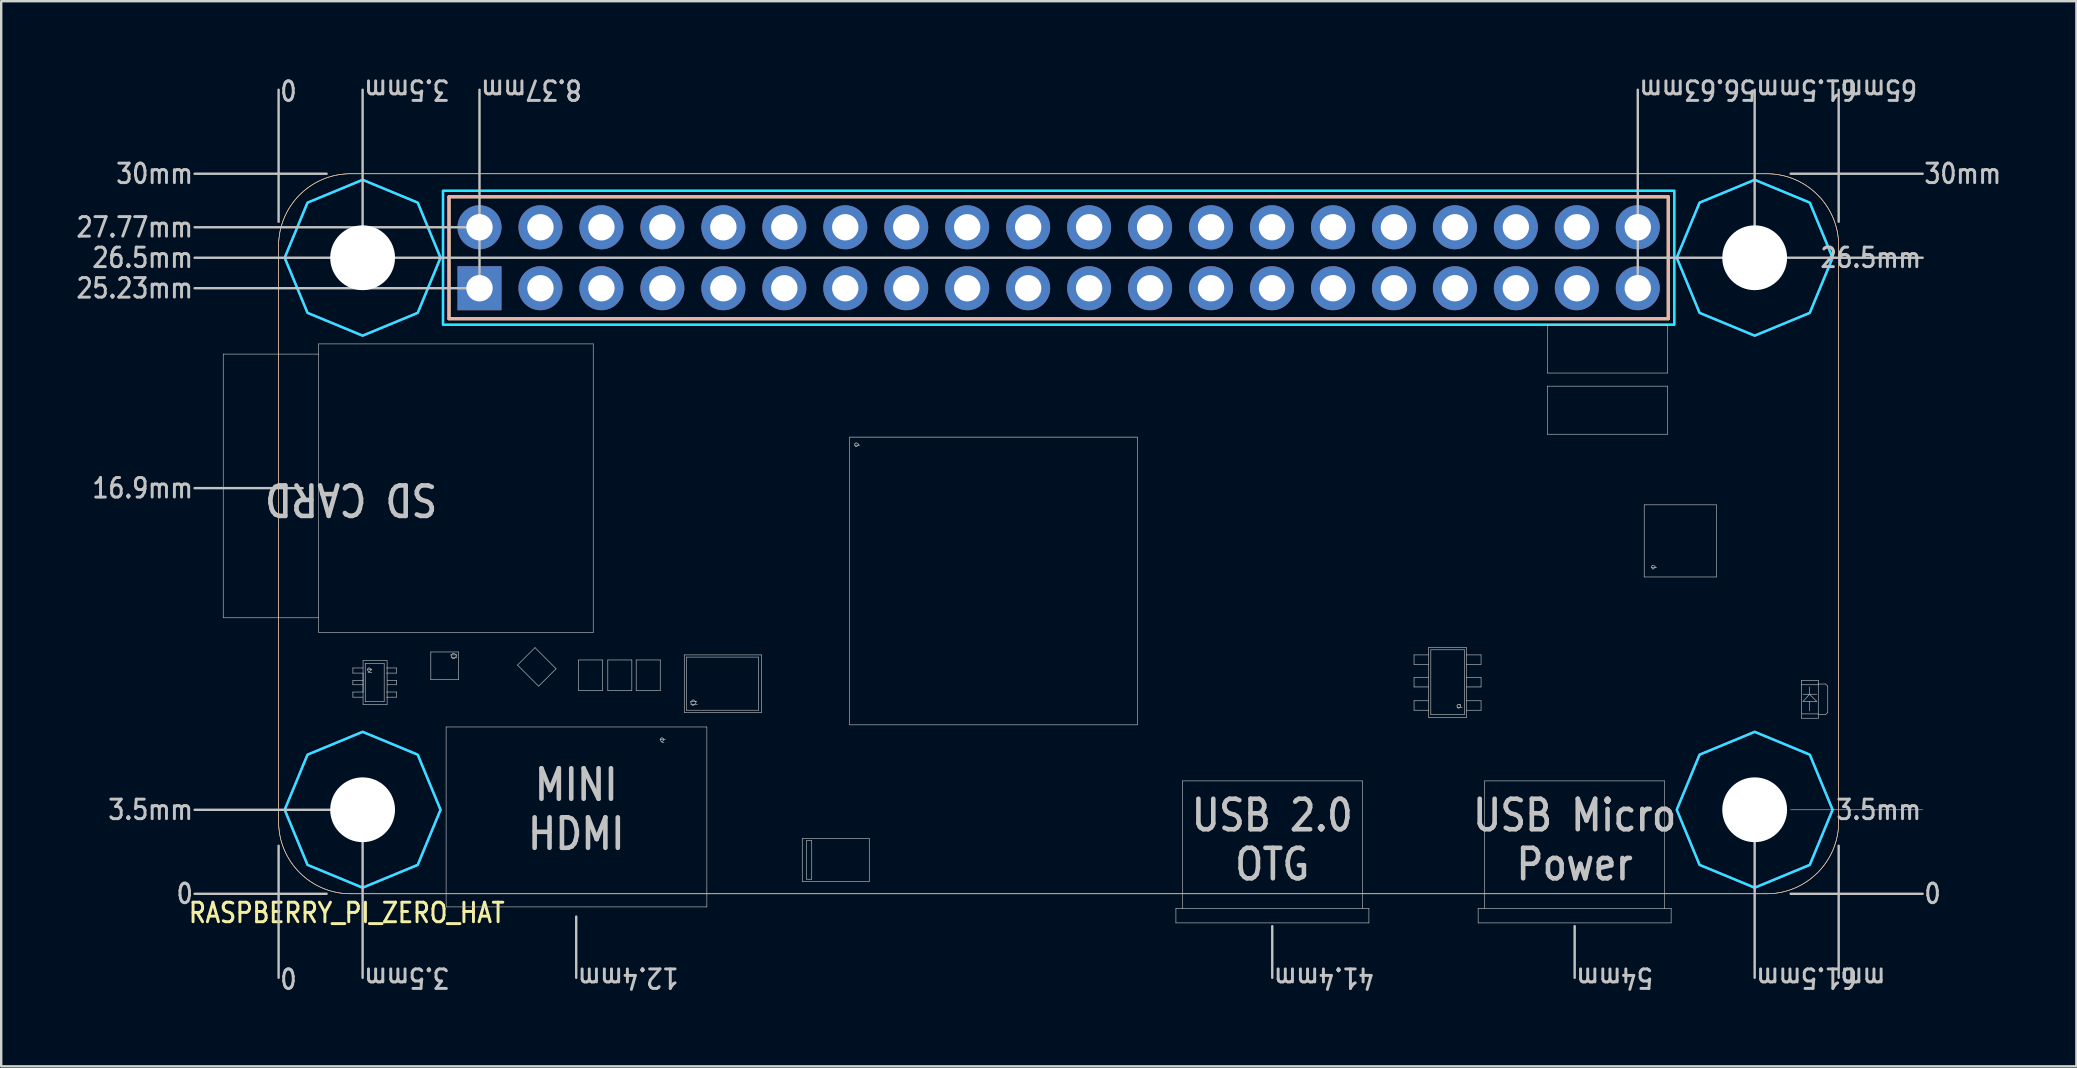
<source format=kicad_pcb>
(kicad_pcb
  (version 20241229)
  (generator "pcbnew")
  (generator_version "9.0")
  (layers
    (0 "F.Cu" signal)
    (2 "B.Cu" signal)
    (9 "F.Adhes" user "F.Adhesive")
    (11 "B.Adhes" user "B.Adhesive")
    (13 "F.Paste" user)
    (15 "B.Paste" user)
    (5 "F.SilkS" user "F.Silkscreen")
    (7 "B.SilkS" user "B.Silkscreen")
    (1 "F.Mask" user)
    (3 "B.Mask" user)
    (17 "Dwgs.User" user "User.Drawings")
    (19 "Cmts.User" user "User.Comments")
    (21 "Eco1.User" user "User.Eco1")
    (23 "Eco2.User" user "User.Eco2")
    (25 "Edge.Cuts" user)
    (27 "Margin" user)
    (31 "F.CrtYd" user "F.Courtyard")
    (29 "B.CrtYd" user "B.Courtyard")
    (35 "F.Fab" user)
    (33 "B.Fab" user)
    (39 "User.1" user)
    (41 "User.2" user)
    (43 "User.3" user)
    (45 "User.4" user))
  (footprint "RASPBERRY_PI_ZERO_HAT"
    (layer "F.Cu")
    (at 8.558 34.189)
    (property "Reference" "RASPBERRY_PI_ZERO_HAT" (at -3.81 1.27 0) (unlocked yes) (layer "F.SilkS") (effects (font (size 0.813 0.695) (thickness 0.122)) (justify left bottom)))
    (fp_circle (center 3.5 -26.5) (end 5.95 -26.5) (stroke (width 0) (type solid)) (fill yes) (layer "F.Mask"))
    (fp_circle (center 3.5 -26.5) (end 5.95 -26.5) (stroke (width 0) (type solid)) (fill yes) (layer "F.Mask"))
    (fp_circle (center 3.5 -3.5) (end 5.95 -3.5) (stroke (width 0) (type solid)) (fill yes) (layer "F.Mask"))
    (fp_circle (center 3.5 -3.5) (end 5.95 -3.5) (stroke (width 0) (type solid)) (fill yes) (layer "F.Mask"))
    (fp_circle (center 61.5 -26.5) (end 63.95 -26.5) (stroke (width 0) (type solid)) (fill yes) (layer "F.Mask"))
    (fp_circle (center 61.5 -26.5) (end 63.95 -26.5) (stroke (width 0) (type solid)) (fill yes) (layer "F.Mask"))
    (fp_circle (center 61.5 -3.5) (end 63.95 -3.5) (stroke (width 0) (type solid)) (fill yes) (layer "F.Mask"))
    (fp_circle (center 61.5 -3.5) (end 63.95 -3.5) (stroke (width 0) (type solid)) (fill yes) (layer "F.Mask"))
    (fp_circle (center 3.5 -26.5) (end 5.95 -26.5) (stroke (width 0) (type solid)) (fill yes) (layer "B.Mask"))
    (fp_circle (center 3.5 -3.5) (end 5.95 -3.5) (stroke (width 0) (type solid)) (fill yes) (layer "B.Mask"))
    (fp_circle (center 61.5 -26.5) (end 63.95 -26.5) (stroke (width 0) (type solid)) (fill yes) (layer "B.Mask"))
    (fp_circle (center 61.5 -3.5) (end 63.95 -3.5) (stroke (width 0) (type solid)) (fill yes) (layer "B.Mask"))
    (fp_line (start 0 -3) (end 0 -27) (stroke (width 0.025) (type solid)) (layer "F.SilkS"))
    (fp_line (start 3 -30) (end 62 -30) (stroke (width 0.025) (type solid)) (layer "F.SilkS"))
    (fp_line (start 7.1 -29.04) (end 7.1 -23.96) (stroke (width 0.127) (type solid)) (layer "F.SilkS"))
    (fp_line (start 7.1 -23.96) (end 57.9 -23.96) (stroke (width 0.127) (type solid)) (layer "F.SilkS"))
    (fp_line (start 57.9 -29.04) (end 7.1 -29.04) (stroke (width 0.127) (type solid)) (layer "F.SilkS"))
    (fp_line (start 57.9 -23.96) (end 57.9 -29.04) (stroke (width 0.127) (type solid)) (layer "F.SilkS"))
    (fp_line (start 62 0) (end 3 0) (stroke (width 0.025) (type solid)) (layer "F.SilkS"))
    (fp_line (start 65 -27) (end 65 -3) (stroke (width 0.025) (type solid)) (layer "F.SilkS"))
    (fp_arc (start 0 -27) (mid 0.87868 -29.12132) (end 3 -30) (stroke (width 0.025) (type solid)) (layer "F.SilkS"))
    (fp_arc (start 3 0) (mid 0.87868 -0.87868) (end 0 -3) (stroke (width 0.025) (type solid)) (layer "F.SilkS"))
    (fp_arc (start 62 -30) (mid 64.12132 -29.12132) (end 65 -27) (stroke (width 0.025) (type solid)) (layer "F.SilkS"))
    (fp_arc (start 65 -3) (mid 64.12132 -0.87868) (end 62 0) (stroke (width 0.025) (type solid)) (layer "F.SilkS"))
    (fp_line (start 0 -3) (end 0 -27) (stroke (width 0.025) (type solid)) (layer "B.SilkS"))
    (fp_line (start 3 -30) (end 62 -30) (stroke (width 0.025) (type solid)) (layer "B.SilkS"))
    (fp_line (start 7.1 -29.04) (end 7.1 -23.96) (stroke (width 0.127) (type solid)) (layer "B.SilkS"))
    (fp_line (start 7.1 -23.96) (end 57.9 -23.96) (stroke (width 0.127) (type solid)) (layer "B.SilkS"))
    (fp_line (start 57.9 -29.04) (end 7.1 -29.04) (stroke (width 0.127) (type solid)) (layer "B.SilkS"))
    (fp_line (start 57.9 -23.96) (end 57.9 -29.04) (stroke (width 0.127) (type solid)) (layer "B.SilkS"))
    (fp_line (start 62 0) (end 3 0) (stroke (width 0.025) (type solid)) (layer "B.SilkS"))
    (fp_line (start 65 -27) (end 65 -3) (stroke (width 0.025) (type solid)) (layer "B.SilkS"))
    (fp_arc (start 0 -27) (mid 0.87868 -29.12132) (end 3 -30) (stroke (width 0.025) (type solid)) (layer "B.SilkS"))
    (fp_arc (start 3 0) (mid 0.87868 -0.87868) (end 0 -3) (stroke (width 0.025) (type solid)) (layer "B.SilkS"))
    (fp_arc (start 62 -30) (mid 64.12132 -29.12132) (end 65 -27) (stroke (width 0.025) (type solid)) (layer "B.SilkS"))
    (fp_arc (start 65 -3) (mid 64.12132 -0.87868) (end 62 0) (stroke (width 0.025) (type solid)) (layer "B.SilkS"))
    (fp_line (start -3.5 -27.77) (end 8.75 -27.77) (stroke (width 0.1) (type solid)) (layer "Dwgs.User"))
    (fp_line (start -3.5 -25.23) (end 8.75 -25.23) (stroke (width 0.1) (type solid)) (layer "Dwgs.User"))
    (fp_line (start -2.307 -22.486) (end 1.668 -22.486) (stroke (width 0.025) (type solid)) (layer "Dwgs.User"))
    (fp_line (start -2.307 -11.501) (end -2.307 -22.486) (stroke (width 0.025) (type solid)) (layer "Dwgs.User"))
    (fp_line (start 0 -28) (end 0 -33.5) (stroke (width 0.1) (type solid)) (layer "Dwgs.User"))
    (fp_line (start 0 -2) (end 0 3.5) (stroke (width 0.1) (type solid)) (layer "Dwgs.User"))
    (fp_line (start 1 -16.9) (end -3.5 -16.9) (stroke (width 0.1) (type solid)) (layer "Dwgs.User"))
    (fp_line (start 1.668 -22.91) (end 13.109 -22.91) (stroke (width 0.025) (type solid)) (layer "Dwgs.User"))
    (fp_line (start 1.668 -11.501) (end -2.307 -11.501) (stroke (width 0.025) (type solid)) (layer "Dwgs.User"))
    (fp_line (start 1.668 -10.894) (end 1.668 -22.91) (stroke (width 0.025) (type solid)) (layer "Dwgs.User"))
    (fp_line (start 2 -30) (end -3.5 -30) (stroke (width 0.1) (type solid)) (layer "Dwgs.User"))
    (fp_line (start 2 0) (end -3.5 0) (stroke (width 0.1) (type solid)) (layer "Dwgs.User"))
    (fp_line (start 3.095 -9.407) (end 3.519 -9.407) (stroke (width 0.025) (type solid)) (layer "Dwgs.User"))
    (fp_line (start 3.095 -9.195) (end 3.095 -9.407) (stroke (width 0.025) (type solid)) (layer "Dwgs.User"))
    (fp_line (start 3.095 -8.891) (end 3.095 -8.709) (stroke (width 0.025) (type solid)) (layer "Dwgs.User"))
    (fp_line (start 3.095 -8.709) (end 3.519 -8.709) (stroke (width 0.025) (type solid)) (layer "Dwgs.User"))
    (fp_line (start 3.095 -8.405) (end 3.519 -8.405) (stroke (width 0.025) (type solid)) (layer "Dwgs.User"))
    (fp_line (start 3.095 -8.193) (end 3.095 -8.405) (stroke (width 0.025) (type solid)) (layer "Dwgs.User"))
    (fp_line (start 3.5 -33.5) (end 3.5 -26.5) (stroke (width 0.1) (type solid)) (layer "Dwgs.User"))
    (fp_line (start 3.5 -26.5) (end -3.5 -26.5) (stroke (width 0.1) (type solid)) (layer "Dwgs.User"))
    (fp_line (start 3.5 -3.5) (end -3.5 -3.5) (stroke (width 0.1) (type solid)) (layer "Dwgs.User"))
    (fp_line (start 3.5 -3.5) (end 3.5 3.5) (stroke (width 0.1) (type solid)) (layer "Dwgs.User"))
    (fp_line (start 3.519 -9.71) (end 3.519 -7.89) (stroke (width 0.025) (type solid)) (layer "Dwgs.User"))
    (fp_line (start 3.519 -9.195) (end 3.095 -9.195) (stroke (width 0.025) (type solid)) (layer "Dwgs.User"))
    (fp_line (start 3.519 -8.891) (end 3.095 -8.891) (stroke (width 0.025) (type solid)) (layer "Dwgs.User"))
    (fp_line (start 3.519 -8.405) (end 3.519 -9.195) (stroke (width 0.025) (type solid)) (layer "Dwgs.User"))
    (fp_line (start 3.519 -8.193) (end 3.095 -8.193) (stroke (width 0.025) (type solid)) (layer "Dwgs.User"))
    (fp_line (start 3.519 -7.89) (end 4.521 -7.89) (stroke (width 0.025) (type solid)) (layer "Dwgs.User"))
    (fp_line (start 3.61 -9.589) (end 3.61 -8.011) (stroke (width 0.025) (type solid)) (layer "Dwgs.User"))
    (fp_line (start 3.61 -8.011) (end 4.399 -8.011) (stroke (width 0.025) (type solid)) (layer "Dwgs.User"))
    (fp_line (start 3.702 -9.362) (end 3.702 -9.323) (stroke (width 0.025) (type solid)) (layer "Dwgs.User"))
    (fp_line (start 3.702 -9.323) (end 3.747 -9.255) (stroke (width 0.025) (type solid)) (layer "Dwgs.User"))
    (fp_line (start 3.747 -9.407) (end 3.702 -9.362) (stroke (width 0.025) (type solid)) (layer "Dwgs.User"))
    (fp_line (start 3.747 -9.255) (end 3.785 -9.255) (stroke (width 0.025) (type solid)) (layer "Dwgs.User"))
    (fp_line (start 3.785 -9.407) (end 3.747 -9.407) (stroke (width 0.025) (type solid)) (layer "Dwgs.User"))
    (fp_line (start 3.785 -9.255) (end 3.853 -9.323) (stroke (width 0.025) (type solid)) (layer "Dwgs.User"))
    (fp_line (start 3.853 -9.362) (end 3.785 -9.407) (stroke (width 0.025) (type solid)) (layer "Dwgs.User"))
    (fp_line (start 3.853 -9.346) (end 3.732 -9.346) (stroke (width 0.025) (type solid)) (layer "Dwgs.User"))
    (fp_line (start 3.853 -9.346) (end 3.853 -9.362) (stroke (width 0.025) (type solid)) (layer "Dwgs.User"))
    (fp_line (start 3.853 -9.323) (end 3.853 -9.346) (stroke (width 0.025) (type solid)) (layer "Dwgs.User"))
    (fp_line (start 3.884 -9.346) (end 3.853 -9.346) (stroke (width 0.025) (type solid)) (layer "Dwgs.User"))
    (fp_line (start 3.884 -9.225) (end 3.732 -9.225) (stroke (width 0.025) (type solid)) (layer "Dwgs.User"))
    (fp_line (start 4.399 -9.589) (end 3.61 -9.589) (stroke (width 0.025) (type solid)) (layer "Dwgs.User"))
    (fp_line (start 4.399 -8.011) (end 4.399 -9.589) (stroke (width 0.025) (type solid)) (layer "Dwgs.User"))
    (fp_line (start 4.49 -9.195) (end 4.915 -9.195) (stroke (width 0.025) (type solid)) (layer "Dwgs.User"))
    (fp_line (start 4.49 -8.193) (end 4.915 -8.193) (stroke (width 0.025) (type solid)) (layer "Dwgs.User"))
    (fp_line (start 4.521 -9.71) (end 3.519 -9.71) (stroke (width 0.025) (type solid)) (layer "Dwgs.User"))
    (fp_line (start 4.521 -8.709) (end 4.915 -8.709) (stroke (width 0.025) (type solid)) (layer "Dwgs.User"))
    (fp_line (start 4.521 -7.89) (end 4.521 -9.71) (stroke (width 0.025) (type solid)) (layer "Dwgs.User"))
    (fp_line (start 4.915 -9.407) (end 4.49 -9.407) (stroke (width 0.025) (type solid)) (layer "Dwgs.User"))
    (fp_line (start 4.915 -9.195) (end 4.915 -9.407) (stroke (width 0.025) (type solid)) (layer "Dwgs.User"))
    (fp_line (start 4.915 -8.891) (end 4.521 -8.891) (stroke (width 0.025) (type solid)) (layer "Dwgs.User"))
    (fp_line (start 4.915 -8.709) (end 4.915 -8.891) (stroke (width 0.025) (type solid)) (layer "Dwgs.User"))
    (fp_line (start 4.915 -8.405) (end 4.49 -8.405) (stroke (width 0.025) (type solid)) (layer "Dwgs.User"))
    (fp_line (start 4.915 -8.193) (end 4.915 -8.405) (stroke (width 0.025) (type solid)) (layer "Dwgs.User"))
    (fp_line (start 6.342 -10.075) (end 7.495 -10.075) (stroke (width 0.025) (type solid)) (layer "Dwgs.User"))
    (fp_line (start 6.342 -8.921) (end 6.342 -10.075) (stroke (width 0.025) (type solid)) (layer "Dwgs.User"))
    (fp_line (start 6.979 -6.949) (end 6.979 0.546) (stroke (width 0.025) (type solid)) (layer "Dwgs.User"))
    (fp_line (start 6.979 0.546) (end 17.843 0.546) (stroke (width 0.025) (type solid)) (layer "Dwgs.User"))
    (fp_line (start 7.191 -9.945) (end 7.191 -9.893) (stroke (width 0.025) (type solid)) (layer "Dwgs.User"))
    (fp_line (start 7.191 -9.893) (end 7.259 -9.801) (stroke (width 0.025) (type solid)) (layer "Dwgs.User"))
    (fp_line (start 7.259 -10.014) (end 7.191 -9.945) (stroke (width 0.025) (type solid)) (layer "Dwgs.User"))
    (fp_line (start 7.259 -9.801) (end 7.312 -9.801) (stroke (width 0.025) (type solid)) (layer "Dwgs.User"))
    (fp_line (start 7.312 -10.014) (end 7.259 -10.014) (stroke (width 0.025) (type solid)) (layer "Dwgs.User"))
    (fp_line (start 7.312 -9.801) (end 7.403 -9.893) (stroke (width 0.025) (type solid)) (layer "Dwgs.User"))
    (fp_line (start 7.403 -9.945) (end 7.312 -10.014) (stroke (width 0.025) (type solid)) (layer "Dwgs.User"))
    (fp_line (start 7.403 -9.893) (end 7.403 -9.945) (stroke (width 0.025) (type solid)) (layer "Dwgs.User"))
    (fp_line (start 7.434 -9.953) (end 7.162 -9.953) (stroke (width 0.025) (type solid)) (layer "Dwgs.User"))
    (fp_line (start 7.434 -9.832) (end 7.191 -9.832) (stroke (width 0.025) (type solid)) (layer "Dwgs.User"))
    (fp_line (start 7.495 -10.075) (end 7.495 -8.921) (stroke (width 0.025) (type solid)) (layer "Dwgs.User"))
    (fp_line (start 7.495 -8.921) (end 6.342 -8.921) (stroke (width 0.025) (type solid)) (layer "Dwgs.User"))
    (fp_line (start 8.37 -25.23) (end 8.37 -33.5) (stroke (width 0.1) (type solid)) (layer "Dwgs.User"))
    (fp_line (start 9.953 -9.528) (end 10.833 -8.649) (stroke (width 0.025) (type solid)) (layer "Dwgs.User"))
    (fp_line (start 10.681 -10.257) (end 9.953 -9.528) (stroke (width 0.025) (type solid)) (layer "Dwgs.User"))
    (fp_line (start 10.833 -8.649) (end 11.561 -9.376) (stroke (width 0.025) (type solid)) (layer "Dwgs.User"))
    (fp_line (start 11.561 -9.376) (end 10.681 -10.257) (stroke (width 0.025) (type solid)) (layer "Dwgs.User"))
    (fp_line (start 12.4 0.95) (end 12.4 3.5) (stroke (width 0.1) (type solid)) (layer "Dwgs.User"))
    (fp_line (start 12.502 -9.741) (end 12.502 -8.467) (stroke (width 0.025) (type solid)) (layer "Dwgs.User"))
    (fp_line (start 12.502 -8.467) (end 13.503 -8.467) (stroke (width 0.025) (type solid)) (layer "Dwgs.User"))
    (fp_line (start 13.109 -22.91) (end 13.109 -10.894) (stroke (width 0.025) (type solid)) (layer "Dwgs.User"))
    (fp_line (start 13.109 -10.894) (end 1.668 -10.894) (stroke (width 0.025) (type solid)) (layer "Dwgs.User"))
    (fp_line (start 13.503 -9.741) (end 12.502 -9.741) (stroke (width 0.025) (type solid)) (layer "Dwgs.User"))
    (fp_line (start 13.503 -8.467) (end 13.503 -9.741) (stroke (width 0.025) (type solid)) (layer "Dwgs.User"))
    (fp_line (start 13.716 -9.741) (end 13.716 -8.467) (stroke (width 0.025) (type solid)) (layer "Dwgs.User"))
    (fp_line (start 13.716 -8.467) (end 14.717 -8.467) (stroke (width 0.025) (type solid)) (layer "Dwgs.User"))
    (fp_line (start 14.717 -9.741) (end 13.716 -9.741) (stroke (width 0.025) (type solid)) (layer "Dwgs.User"))
    (fp_line (start 14.717 -8.467) (end 14.717 -9.741) (stroke (width 0.025) (type solid)) (layer "Dwgs.User"))
    (fp_line (start 14.899 -9.741) (end 14.899 -8.467) (stroke (width 0.025) (type solid)) (layer "Dwgs.User"))
    (fp_line (start 14.899 -8.467) (end 15.901 -8.467) (stroke (width 0.025) (type solid)) (layer "Dwgs.User"))
    (fp_line (start 15.901 -9.741) (end 14.899 -9.741) (stroke (width 0.025) (type solid)) (layer "Dwgs.User"))
    (fp_line (start 15.901 -8.467) (end 15.901 -9.741) (stroke (width 0.025) (type solid)) (layer "Dwgs.User"))
    (fp_line (start 15.901 -6.448) (end 15.901 -6.433) (stroke (width 0.025) (type solid)) (layer "Dwgs.User"))
    (fp_line (start 15.901 -6.433) (end 15.901 -6.41) (stroke (width 0.025) (type solid)) (layer "Dwgs.User"))
    (fp_line (start 15.901 -6.41) (end 15.945 -6.342) (stroke (width 0.025) (type solid)) (layer "Dwgs.User"))
    (fp_line (start 15.945 -6.494) (end 15.901 -6.448) (stroke (width 0.025) (type solid)) (layer "Dwgs.User"))
    (fp_line (start 15.945 -6.342) (end 15.984 -6.342) (stroke (width 0.025) (type solid)) (layer "Dwgs.User"))
    (fp_line (start 15.984 -6.494) (end 15.945 -6.494) (stroke (width 0.025) (type solid)) (layer "Dwgs.User"))
    (fp_line (start 15.984 -6.342) (end 16.053 -6.41) (stroke (width 0.025) (type solid)) (layer "Dwgs.User"))
    (fp_line (start 16.053 -6.448) (end 15.984 -6.494) (stroke (width 0.025) (type solid)) (layer "Dwgs.User"))
    (fp_line (start 16.053 -6.433) (end 15.901 -6.433) (stroke (width 0.025) (type solid)) (layer "Dwgs.User"))
    (fp_line (start 16.053 -6.433) (end 16.053 -6.448) (stroke (width 0.025) (type solid)) (layer "Dwgs.User"))
    (fp_line (start 16.053 -6.41) (end 16.053 -6.433) (stroke (width 0.025) (type solid)) (layer "Dwgs.User"))
    (fp_line (start 16.053 -6.311) (end 15.961 -6.311) (stroke (width 0.025) (type solid)) (layer "Dwgs.User"))
    (fp_line (start 16.113 -6.433) (end 16.053 -6.433) (stroke (width 0.025) (type solid)) (layer "Dwgs.User"))
    (fp_line (start 16.902 -9.953) (end 20.119 -9.953) (stroke (width 0.025) (type solid)) (layer "Dwgs.User"))
    (fp_line (start 16.902 -7.556) (end 16.902 -9.953) (stroke (width 0.025) (type solid)) (layer "Dwgs.User"))
    (fp_line (start 16.993 -9.862) (end 16.993 -7.647) (stroke (width 0.025) (type solid)) (layer "Dwgs.User"))
    (fp_line (start 16.993 -7.647) (end 19.997 -7.647) (stroke (width 0.025) (type solid)) (layer "Dwgs.User"))
    (fp_line (start 17.175 -8.003) (end 17.175 -7.951) (stroke (width 0.025) (type solid)) (layer "Dwgs.User"))
    (fp_line (start 17.175 -7.951) (end 17.243 -7.859) (stroke (width 0.025) (type solid)) (layer "Dwgs.User"))
    (fp_line (start 17.243 -8.071) (end 17.175 -8.003) (stroke (width 0.025) (type solid)) (layer "Dwgs.User"))
    (fp_line (start 17.243 -7.859) (end 17.295 -7.859) (stroke (width 0.025) (type solid)) (layer "Dwgs.User"))
    (fp_line (start 17.295 -8.071) (end 17.243 -8.071) (stroke (width 0.025) (type solid)) (layer "Dwgs.User"))
    (fp_line (start 17.295 -7.859) (end 17.387 -7.951) (stroke (width 0.025) (type solid)) (layer "Dwgs.User"))
    (fp_line (start 17.387 -8.003) (end 17.295 -8.071) (stroke (width 0.025) (type solid)) (layer "Dwgs.User"))
    (fp_line (start 17.387 -7.951) (end 17.387 -8.003) (stroke (width 0.025) (type solid)) (layer "Dwgs.User"))
    (fp_line (start 17.418 -8.011) (end 17.175 -8.011) (stroke (width 0.025) (type solid)) (layer "Dwgs.User"))
    (fp_line (start 17.449 -7.89) (end 17.175 -7.89) (stroke (width 0.025) (type solid)) (layer "Dwgs.User"))
    (fp_line (start 17.843 -6.949) (end 6.979 -6.949) (stroke (width 0.025) (type solid)) (layer "Dwgs.User"))
    (fp_line (start 17.843 0.546) (end 17.843 -6.949) (stroke (width 0.025) (type solid)) (layer "Dwgs.User"))
    (fp_line (start 19.997 -9.862) (end 16.993 -9.862) (stroke (width 0.025) (type solid)) (layer "Dwgs.User"))
    (fp_line (start 19.997 -7.647) (end 19.997 -9.862) (stroke (width 0.025) (type solid)) (layer "Dwgs.User"))
    (fp_line (start 20.119 -9.953) (end 20.119 -7.556) (stroke (width 0.025) (type solid)) (layer "Dwgs.User"))
    (fp_line (start 20.119 -7.556) (end 16.902 -7.556) (stroke (width 0.025) (type solid)) (layer "Dwgs.User"))
    (fp_line (start 21.818 -2.306) (end 21.818 -0.516) (stroke (width 0.025) (type solid)) (layer "Dwgs.User"))
    (fp_line (start 21.818 -0.516) (end 24.61 -0.516) (stroke (width 0.025) (type solid)) (layer "Dwgs.User"))
    (fp_line (start 22.001 -2.215) (end 22.213 -2.215) (stroke (width 0.025) (type solid)) (layer "Dwgs.User"))
    (fp_line (start 22.001 -0.607) (end 22.001 -2.215) (stroke (width 0.025) (type solid)) (layer "Dwgs.User"))
    (fp_line (start 22.213 -2.215) (end 22.213 -0.607) (stroke (width 0.025) (type solid)) (layer "Dwgs.User"))
    (fp_line (start 22.213 -0.607) (end 22.001 -0.607) (stroke (width 0.025) (type solid)) (layer "Dwgs.User"))
    (fp_line (start 23.79 -19.026) (end 35.778 -19.026) (stroke (width 0.025) (type solid)) (layer "Dwgs.User"))
    (fp_line (start 23.79 -7.04) (end 23.79 -19.026) (stroke (width 0.025) (type solid)) (layer "Dwgs.User"))
    (fp_line (start 24.003 -18.739) (end 24.003 -18.7) (stroke (width 0.025) (type solid)) (layer "Dwgs.User"))
    (fp_line (start 24.003 -18.7) (end 24.048 -18.632) (stroke (width 0.025) (type solid)) (layer "Dwgs.User"))
    (fp_line (start 24.048 -18.783) (end 24.003 -18.739) (stroke (width 0.025) (type solid)) (layer "Dwgs.User"))
    (fp_line (start 24.048 -18.632) (end 24.087 -18.632) (stroke (width 0.025) (type solid)) (layer "Dwgs.User"))
    (fp_line (start 24.087 -18.783) (end 24.048 -18.783) (stroke (width 0.025) (type solid)) (layer "Dwgs.User"))
    (fp_line (start 24.087 -18.632) (end 24.155 -18.7) (stroke (width 0.025) (type solid)) (layer "Dwgs.User"))
    (fp_line (start 24.155 -18.739) (end 24.087 -18.783) (stroke (width 0.025) (type solid)) (layer "Dwgs.User"))
    (fp_line (start 24.155 -18.7) (end 24.155 -18.739) (stroke (width 0.025) (type solid)) (layer "Dwgs.User"))
    (fp_line (start 24.215 -18.692) (end 24.003 -18.692) (stroke (width 0.025) (type solid)) (layer "Dwgs.User"))
    (fp_line (start 24.61 -2.306) (end 21.818 -2.306) (stroke (width 0.025) (type solid)) (layer "Dwgs.User"))
    (fp_line (start 24.61 -0.516) (end 24.61 -2.306) (stroke (width 0.025) (type solid)) (layer "Dwgs.User"))
    (fp_line (start 35.778 -19.026) (end 35.778 -7.04) (stroke (width 0.025) (type solid)) (layer "Dwgs.User"))
    (fp_line (start 35.778 -7.04) (end 23.79 -7.04) (stroke (width 0.025) (type solid)) (layer "Dwgs.User"))
    (fp_line (start 37.386 0.607) (end 37.658 0.607) (stroke (width 0.025) (type solid)) (layer "Dwgs.User"))
    (fp_line (start 37.386 1.214) (end 37.386 0.607) (stroke (width 0.025) (type solid)) (layer "Dwgs.User"))
    (fp_line (start 37.658 -4.703) (end 45.154 -4.703) (stroke (width 0.025) (type solid)) (layer "Dwgs.User"))
    (fp_line (start 37.658 0.607) (end 37.658 -4.703) (stroke (width 0.025) (type solid)) (layer "Dwgs.User"))
    (fp_line (start 41.4 1.35) (end 41.4 3.5) (stroke (width 0.1) (type solid)) (layer "Dwgs.User"))
    (fp_line (start 45.154 -4.703) (end 45.154 0.607) (stroke (width 0.025) (type solid)) (layer "Dwgs.User"))
    (fp_line (start 45.154 0.607) (end 37.658 0.607) (stroke (width 0.025) (type solid)) (layer "Dwgs.User"))
    (fp_line (start 45.427 0.607) (end 45.154 0.607) (stroke (width 0.025) (type solid)) (layer "Dwgs.User"))
    (fp_line (start 45.427 0.607) (end 45.427 1.214) (stroke (width 0.025) (type solid)) (layer "Dwgs.User"))
    (fp_line (start 45.427 1.214) (end 37.386 1.214) (stroke (width 0.025) (type solid)) (layer "Dwgs.User"))
    (fp_line (start 47.308 -9.953) (end 47.308 -9.558) (stroke (width 0.025) (type solid)) (layer "Dwgs.User"))
    (fp_line (start 47.308 -9.558) (end 47.916 -9.558) (stroke (width 0.025) (type solid)) (layer "Dwgs.User"))
    (fp_line (start 47.308 -9.012) (end 47.308 -8.618) (stroke (width 0.025) (type solid)) (layer "Dwgs.User"))
    (fp_line (start 47.308 -8.618) (end 47.916 -8.618) (stroke (width 0.025) (type solid)) (layer "Dwgs.User"))
    (fp_line (start 47.308 -8.041) (end 47.308 -7.647) (stroke (width 0.025) (type solid)) (layer "Dwgs.User"))
    (fp_line (start 47.308 -7.647) (end 47.916 -7.647) (stroke (width 0.025) (type solid)) (layer "Dwgs.User"))
    (fp_line (start 47.916 -10.257) (end 49.493 -10.257) (stroke (width 0.025) (type solid)) (layer "Dwgs.User"))
    (fp_line (start 47.916 -9.953) (end 47.308 -9.953) (stroke (width 0.025) (type solid)) (layer "Dwgs.User"))
    (fp_line (start 47.916 -9.012) (end 47.308 -9.012) (stroke (width 0.025) (type solid)) (layer "Dwgs.User"))
    (fp_line (start 47.916 -8.041) (end 47.308 -8.041) (stroke (width 0.025) (type solid)) (layer "Dwgs.User"))
    (fp_line (start 47.916 -7.647) (end 47.916 -10.257) (stroke (width 0.025) (type solid)) (layer "Dwgs.User"))
    (fp_line (start 47.916 -7.343) (end 47.916 -7.647) (stroke (width 0.025) (type solid)) (layer "Dwgs.User"))
    (fp_line (start 48.007 -10.166) (end 49.402 -10.166) (stroke (width 0.025) (type solid)) (layer "Dwgs.User"))
    (fp_line (start 48.007 -7.465) (end 48.007 -10.166) (stroke (width 0.025) (type solid)) (layer "Dwgs.User"))
    (fp_line (start 49.099 -7.844) (end 49.099 -7.806) (stroke (width 0.025) (type solid)) (layer "Dwgs.User"))
    (fp_line (start 49.099 -7.806) (end 49.144 -7.738) (stroke (width 0.025) (type solid)) (layer "Dwgs.User"))
    (fp_line (start 49.144 -7.89) (end 49.099 -7.844) (stroke (width 0.025) (type solid)) (layer "Dwgs.User"))
    (fp_line (start 49.144 -7.738) (end 49.182 -7.738) (stroke (width 0.025) (type solid)) (layer "Dwgs.User"))
    (fp_line (start 49.182 -7.89) (end 49.144 -7.89) (stroke (width 0.025) (type solid)) (layer "Dwgs.User"))
    (fp_line (start 49.182 -7.738) (end 49.25 -7.806) (stroke (width 0.025) (type solid)) (layer "Dwgs.User"))
    (fp_line (start 49.25 -7.89) (end 49.182 -7.89) (stroke (width 0.025) (type solid)) (layer "Dwgs.User"))
    (fp_line (start 49.25 -7.844) (end 49.182 -7.89) (stroke (width 0.025) (type solid)) (layer "Dwgs.User"))
    (fp_line (start 49.25 -7.806) (end 49.25 -7.844) (stroke (width 0.025) (type solid)) (layer "Dwgs.User"))
    (fp_line (start 49.312 -7.768) (end 49.099 -7.768) (stroke (width 0.025) (type solid)) (layer "Dwgs.User"))
    (fp_line (start 49.402 -10.166) (end 49.402 -7.465) (stroke (width 0.025) (type solid)) (layer "Dwgs.User"))
    (fp_line (start 49.402 -7.465) (end 48.007 -7.465) (stroke (width 0.025) (type solid)) (layer "Dwgs.User"))
    (fp_line (start 49.493 -10.257) (end 49.493 -9.953) (stroke (width 0.025) (type solid)) (layer "Dwgs.User"))
    (fp_line (start 49.493 -9.953) (end 49.493 -9.558) (stroke (width 0.025) (type solid)) (layer "Dwgs.User"))
    (fp_line (start 49.493 -9.953) (end 50.1 -9.953) (stroke (width 0.025) (type solid)) (layer "Dwgs.User"))
    (fp_line (start 49.493 -9.558) (end 49.493 -9.012) (stroke (width 0.025) (type solid)) (layer "Dwgs.User"))
    (fp_line (start 49.493 -9.012) (end 49.493 -8.618) (stroke (width 0.025) (type solid)) (layer "Dwgs.User"))
    (fp_line (start 49.493 -9.012) (end 50.1 -9.012) (stroke (width 0.025) (type solid)) (layer "Dwgs.User"))
    (fp_line (start 49.493 -8.618) (end 49.493 -8.041) (stroke (width 0.025) (type solid)) (layer "Dwgs.User"))
    (fp_line (start 49.493 -8.041) (end 49.493 -7.343) (stroke (width 0.025) (type solid)) (layer "Dwgs.User"))
    (fp_line (start 49.493 -8.041) (end 50.1 -8.041) (stroke (width 0.025) (type solid)) (layer "Dwgs.User"))
    (fp_line (start 49.493 -7.343) (end 47.916 -7.343) (stroke (width 0.025) (type solid)) (layer "Dwgs.User"))
    (fp_line (start 49.979 0.607) (end 50.252 0.607) (stroke (width 0.025) (type solid)) (layer "Dwgs.User"))
    (fp_line (start 49.979 1.214) (end 49.979 0.607) (stroke (width 0.025) (type solid)) (layer "Dwgs.User"))
    (fp_line (start 50.1 -9.953) (end 50.1 -9.558) (stroke (width 0.025) (type solid)) (layer "Dwgs.User"))
    (fp_line (start 50.1 -9.558) (end 49.493 -9.558) (stroke (width 0.025) (type solid)) (layer "Dwgs.User"))
    (fp_line (start 50.1 -9.012) (end 50.1 -8.618) (stroke (width 0.025) (type solid)) (layer "Dwgs.User"))
    (fp_line (start 50.1 -8.618) (end 49.493 -8.618) (stroke (width 0.025) (type solid)) (layer "Dwgs.User"))
    (fp_line (start 50.1 -8.041) (end 50.1 -7.647) (stroke (width 0.025) (type solid)) (layer "Dwgs.User"))
    (fp_line (start 50.1 -7.647) (end 49.493 -7.647) (stroke (width 0.025) (type solid)) (layer "Dwgs.User"))
    (fp_line (start 50.252 -4.703) (end 57.747 -4.703) (stroke (width 0.025) (type solid)) (layer "Dwgs.User"))
    (fp_line (start 50.252 0.607) (end 50.252 -4.703) (stroke (width 0.025) (type solid)) (layer "Dwgs.User"))
    (fp_line (start 52.862 -23.7) (end 57.869 -23.7) (stroke (width 0.025) (type solid)) (layer "Dwgs.User"))
    (fp_line (start 52.862 -21.696) (end 52.862 -23.7) (stroke (width 0.025) (type solid)) (layer "Dwgs.User"))
    (fp_line (start 52.862 -21.15) (end 57.869 -21.15) (stroke (width 0.025) (type solid)) (layer "Dwgs.User"))
    (fp_line (start 52.862 -19.148) (end 52.862 -21.15) (stroke (width 0.025) (type solid)) (layer "Dwgs.User"))
    (fp_line (start 54 1.35) (end 54 3.5) (stroke (width 0.1) (type solid)) (layer "Dwgs.User"))
    (fp_line (start 56.63 -33.5) (end 56.63 -25.23) (stroke (width 0.1) (type solid)) (layer "Dwgs.User"))
    (fp_line (start 56.898 -16.204) (end 56.898 -13.2) (stroke (width 0.025) (type solid)) (layer "Dwgs.User"))
    (fp_line (start 56.898 -13.2) (end 59.902 -13.2) (stroke (width 0.025) (type solid)) (layer "Dwgs.User"))
    (fp_line (start 57.201 -13.641) (end 57.201 -13.602) (stroke (width 0.025) (type solid)) (layer "Dwgs.User"))
    (fp_line (start 57.201 -13.602) (end 57.246 -13.534) (stroke (width 0.025) (type solid)) (layer "Dwgs.User"))
    (fp_line (start 57.246 -13.685) (end 57.201 -13.641) (stroke (width 0.025) (type solid)) (layer "Dwgs.User"))
    (fp_line (start 57.246 -13.534) (end 57.284 -13.534) (stroke (width 0.025) (type solid)) (layer "Dwgs.User"))
    (fp_line (start 57.284 -13.685) (end 57.246 -13.685) (stroke (width 0.025) (type solid)) (layer "Dwgs.User"))
    (fp_line (start 57.284 -13.534) (end 57.352 -13.602) (stroke (width 0.025) (type solid)) (layer "Dwgs.User"))
    (fp_line (start 57.352 -13.641) (end 57.284 -13.685) (stroke (width 0.025) (type solid)) (layer "Dwgs.User"))
    (fp_line (start 57.352 -13.602) (end 57.352 -13.641) (stroke (width 0.025) (type solid)) (layer "Dwgs.User"))
    (fp_line (start 57.414 -13.594) (end 57.201 -13.594) (stroke (width 0.025) (type solid)) (layer "Dwgs.User"))
    (fp_line (start 57.747 -4.703) (end 57.747 0.607) (stroke (width 0.025) (type solid)) (layer "Dwgs.User"))
    (fp_line (start 57.747 0.607) (end 50.252 0.607) (stroke (width 0.025) (type solid)) (layer "Dwgs.User"))
    (fp_line (start 57.869 -23.7) (end 57.869 -21.696) (stroke (width 0.025) (type solid)) (layer "Dwgs.User"))
    (fp_line (start 57.869 -21.696) (end 52.862 -21.696) (stroke (width 0.025) (type solid)) (layer "Dwgs.User"))
    (fp_line (start 57.869 -21.15) (end 57.869 -19.148) (stroke (width 0.025) (type solid)) (layer "Dwgs.User"))
    (fp_line (start 57.869 -19.148) (end 52.862 -19.148) (stroke (width 0.025) (type solid)) (layer "Dwgs.User"))
    (fp_line (start 58.02 0.607) (end 57.747 0.607) (stroke (width 0.025) (type solid)) (layer "Dwgs.User"))
    (fp_line (start 58.02 0.607) (end 58.02 1.214) (stroke (width 0.025) (type solid)) (layer "Dwgs.User"))
    (fp_line (start 58.02 1.214) (end 49.979 1.214) (stroke (width 0.025) (type solid)) (layer "Dwgs.User"))
    (fp_line (start 59.902 -16.204) (end 56.898 -16.204) (stroke (width 0.025) (type solid)) (layer "Dwgs.User"))
    (fp_line (start 59.902 -13.2) (end 59.902 -16.204) (stroke (width 0.025) (type solid)) (layer "Dwgs.User"))
    (fp_line (start 61.5 -26.5) (end 3.5 -26.5) (stroke (width 0.1) (type solid)) (layer "Dwgs.User"))
    (fp_line (start 61.5 -26.5) (end 61.5 -33.5) (stroke (width 0.1) (type solid)) (layer "Dwgs.User"))
    (fp_line (start 61.5 -3.5) (end 61.5 3.5) (stroke (width 0.1) (type solid)) (layer "Dwgs.User"))
    (fp_line (start 63 -30) (end 68.5 -30) (stroke (width 0.1) (type solid)) (layer "Dwgs.User"))
    (fp_line (start 63 -3.5) (end 68.5 -3.5) (stroke (width 0.025) (type solid)) (layer "Dwgs.User"))
    (fp_line (start 63 0) (end 68.5 0) (stroke (width 0.1) (type solid)) (layer "Dwgs.User"))
    (fp_line (start 63.452 -8.891) (end 63.452 -8.709) (stroke (width 0.025) (type solid)) (layer "Dwgs.User"))
    (fp_line (start 63.452 -8.709) (end 63.452 -7.313) (stroke (width 0.025) (type solid)) (layer "Dwgs.User"))
    (fp_line (start 63.452 -7.313) (end 64.15 -7.313) (stroke (width 0.025) (type solid)) (layer "Dwgs.User"))
    (fp_line (start 63.513 -8.314) (end 63.786 -8.314) (stroke (width 0.025) (type solid)) (layer "Dwgs.User"))
    (fp_line (start 63.513 -8.011) (end 63.786 -8.314) (stroke (width 0.025) (type solid)) (layer "Dwgs.User"))
    (fp_line (start 63.786 -8.618) (end 63.786 -8.314) (stroke (width 0.025) (type solid)) (layer "Dwgs.User"))
    (fp_line (start 63.786 -8.314) (end 64.089 -8.314) (stroke (width 0.025) (type solid)) (layer "Dwgs.User"))
    (fp_line (start 63.786 -8.314) (end 64.089 -8.011) (stroke (width 0.025) (type solid)) (layer "Dwgs.User"))
    (fp_line (start 63.786 -7.616) (end 63.786 -8.011) (stroke (width 0.025) (type solid)) (layer "Dwgs.User"))
    (fp_line (start 64.089 -8.011) (end 63.513 -8.011) (stroke (width 0.025) (type solid)) (layer "Dwgs.User"))
    (fp_line (start 64.15 -8.891) (end 63.452 -8.891) (stroke (width 0.025) (type solid)) (layer "Dwgs.User"))
    (fp_line (start 64.15 -8.739) (end 64.15 -8.891) (stroke (width 0.025) (type solid)) (layer "Dwgs.User"))
    (fp_line (start 64.15 -8.739) (end 64.454 -8.739) (stroke (width 0.025) (type solid)) (layer "Dwgs.User"))
    (fp_line (start 64.15 -8.709) (end 63.452 -8.709) (stroke (width 0.025) (type solid)) (layer "Dwgs.User"))
    (fp_line (start 64.15 -8.709) (end 64.15 -8.739) (stroke (width 0.025) (type solid)) (layer "Dwgs.User"))
    (fp_line (start 64.15 -7.495) (end 63.452 -7.495) (stroke (width 0.025) (type solid)) (layer "Dwgs.User"))
    (fp_line (start 64.15 -7.313) (end 64.15 -8.709) (stroke (width 0.025) (type solid)) (layer "Dwgs.User"))
    (fp_line (start 64.454 -8.739) (end 64.545 -8.649) (stroke (width 0.025) (type solid)) (layer "Dwgs.User"))
    (fp_line (start 64.454 -7.465) (end 64.15 -7.465) (stroke (width 0.025) (type solid)) (layer "Dwgs.User"))
    (fp_line (start 64.545 -8.649) (end 64.545 -7.556) (stroke (width 0.025) (type solid)) (layer "Dwgs.User"))
    (fp_line (start 64.545 -7.556) (end 64.454 -7.465) (stroke (width 0.025) (type solid)) (layer "Dwgs.User"))
    (fp_line (start 65 -28) (end 65 -33.5) (stroke (width 0.1) (type solid)) (layer "Dwgs.User"))
    (fp_line (start 65 -2) (end 65 3.5) (stroke (width 0.1) (type solid)) (layer "Dwgs.User"))
    (fp_line (start 68.5 -26.5) (end 61.5 -26.5) (stroke (width 0.1) (type solid)) (layer "Dwgs.User"))
    (fp_poly (pts (xy 6.85 -29.29) (xy 58.15 -29.29) (xy 58.15 -23.71) (xy 6.85 -23.71)) (stroke (width 0.1) (type solid)) (fill no) (layer "B.CrtYd"))
    (fp_poly (pts (xy 6.747 -26.5) (xy 5.796 -28.796) (xy 3.5 -29.747) (xy 1.204 -28.796) (xy 0.253 -26.5) (xy 1.204 -24.204) (xy 3.5 -23.253) (xy 5.796 -24.204)) (stroke (width 0.1) (type solid)) (fill no) (layer "B.CrtYd"))
    (fp_poly (pts (xy 6.747 -3.5) (xy 5.796 -5.796) (xy 3.5 -6.747) (xy 1.204 -5.796) (xy 0.253 -3.5) (xy 1.204 -1.204) (xy 3.5 -0.253) (xy 5.796 -1.204)) (stroke (width 0.1) (type solid)) (fill no) (layer "B.CrtYd"))
    (fp_poly (pts (xy 64.747 -26.5) (xy 63.796 -28.796) (xy 61.5 -29.747) (xy 59.204 -28.796) (xy 58.253 -26.5) (xy 59.204 -24.204) (xy 61.5 -23.253) (xy 63.796 -24.204)) (stroke (width 0.1) (type solid)) (fill no) (layer "B.CrtYd"))
    (fp_poly (pts (xy 64.747 -3.5) (xy 63.796 -5.796) (xy 61.5 -6.747) (xy 59.204 -5.796) (xy 58.253 -3.5) (xy 59.204 -1.204) (xy 61.5 -0.253) (xy 63.796 -1.204)) (stroke (width 0.1) (type solid)) (fill no) (layer "B.CrtYd"))
    (fp_poly (pts (xy 6.85 -29.29) (xy 58.15 -29.29) (xy 58.15 -23.71) (xy 6.85 -23.71)) (stroke (width 0.1) (type solid)) (fill no) (layer "F.CrtYd"))
    (fp_poly (pts (xy 6.747 -26.5) (xy 5.796 -28.796) (xy 3.5 -29.747) (xy 1.204 -28.796) (xy 0.253 -26.5) (xy 1.204 -24.204) (xy 3.5 -23.253) (xy 5.796 -24.204)) (stroke (width 0.1) (type solid)) (fill no) (layer "F.CrtYd"))
    (fp_poly (pts (xy 6.747 -3.5) (xy 5.796 -5.796) (xy 3.5 -6.747) (xy 1.204 -5.796) (xy 0.253 -3.5) (xy 1.204 -1.204) (xy 3.5 -0.253) (xy 5.796 -1.204)) (stroke (width 0.1) (type solid)) (fill no) (layer "F.CrtYd"))
    (fp_poly (pts (xy 64.747 -26.5) (xy 63.796 -28.796) (xy 61.5 -29.747) (xy 59.204 -28.796) (xy 58.253 -26.5) (xy 59.204 -24.204) (xy 61.5 -23.253) (xy 63.796 -24.204)) (stroke (width 0.1) (type solid)) (fill no) (layer "F.CrtYd"))
    (fp_poly (pts (xy 64.747 -3.5) (xy 63.796 -5.796) (xy 61.5 -6.747) (xy 59.204 -5.796) (xy 58.253 -3.5) (xy 59.204 -1.204) (xy 61.5 -0.253) (xy 63.796 -1.204)) (stroke (width 0.1) (type solid)) (fill no) (layer "F.CrtYd"))
    (fp_text user "12.4mm" (at 12.4 3.5 180) (unlocked yes) (layer "Dwgs.User") (effects (font (size 0.813 0.695) (thickness 0.122)) (justify right)))
    (fp_text user "0" (at -3.5 0 0) (unlocked yes) (layer "Dwgs.User") (effects (font (size 0.813 0.695) (thickness 0.122)) (justify right)))
    (fp_text user "SD CARD" (at 3.02 -17.18 180) (unlocked yes) (layer "Dwgs.User") (effects (font (size 1.27 1.086) (thickness 0.191)) (justify bottom)))
    (fp_text user "26.5mm" (at -3.5 -26.5 0) (unlocked yes) (layer "Dwgs.User") (effects (font (size 0.813 0.695) (thickness 0.122)) (justify right)))
    (fp_text user "27.77mm" (at -3.5 -27.77 0) (unlocked yes) (layer "Dwgs.User") (effects (font (size 0.813 0.695) (thickness 0.122)) (justify right)))
    (fp_text user "3.5mm" (at 3.5 3.5 180) (unlocked yes) (layer "Dwgs.User") (effects (font (size 0.813 0.695) (thickness 0.122)) (justify right)))
    (fp_text user "0" (at 68.5 0 0) (unlocked yes) (layer "Dwgs.User") (effects (font (size 0.813 0.695) (thickness 0.122)) (justify left)))
    (fp_text user "0" (at 0 -33.5 180) (unlocked yes) (layer "Dwgs.User") (effects (font (size 0.813 0.695) (thickness 0.122)) (justify right)))
    (fp_text user "30mm" (at -3.5 -30 0) (unlocked yes) (layer "Dwgs.User") (effects (font (size 0.813 0.695) (thickness 0.122)) (justify right)))
    (fp_text user "54mm" (at 54 3.5 180) (unlocked yes) (layer "Dwgs.User") (effects (font (size 0.813 0.695) (thickness 0.122)) (justify right)))
    (fp_text user "USB 2.0\nOTG" (at 41.4 -0.48 0) (unlocked yes) (layer "Dwgs.User") (effects (font (size 1.27 1.086) (thickness 0.191)) (justify bottom)))
    (fp_text user "41.4mm" (at 41.4 3.5 180) (unlocked yes) (layer "Dwgs.User") (effects (font (size 0.813 0.695) (thickness 0.122)) (justify right)))
    (fp_text user "61.5mm" (at 61.5 -33.5 180) (unlocked yes) (layer "Dwgs.User") (effects (font (size 0.813 0.695) (thickness 0.122)) (justify right)))
    (fp_text user "MINI\nHDMI" (at 12.4 -1.75 0) (unlocked yes) (layer "Dwgs.User") (effects (font (size 1.27 1.086) (thickness 0.191)) (justify bottom)))
    (fp_text user "8.37mm" (at 8.37 -33.5 180) (unlocked yes) (layer "Dwgs.User") (effects (font (size 0.813 0.695) (thickness 0.122)) (justify right)))
    (fp_text user "26.5mm" (at 68.5 -26.5 0) (unlocked yes) (layer "Dwgs.User") (effects (font (size 0.813 0.695) (thickness 0.122)) (justify right)))
    (fp_text user "30mm" (at 68.5 -30 0) (unlocked yes) (layer "Dwgs.User") (effects (font (size 0.813 0.695) (thickness 0.122)) (justify left)))
    (fp_text user "3.5mm" (at 68.5 -3.5 0) (unlocked yes) (layer "Dwgs.User") (effects (font (size 0.813 0.695) (thickness 0.122)) (justify right)))
    (fp_text user "56.63mm" (at 56.63 -33.5 180) (unlocked yes) (layer "Dwgs.User") (effects (font (size 0.813 0.695) (thickness 0.122)) (justify right)))
    (fp_text user "25.23mm" (at -3.5 -25.23 0) (unlocked yes) (layer "Dwgs.User") (effects (font (size 0.813 0.695) (thickness 0.122)) (justify right)))
    (fp_text user "0" (at 0 3.5 180) (unlocked yes) (layer "Dwgs.User") (effects (font (size 0.813 0.695) (thickness 0.122)) (justify right)))
    (fp_text user "61.5mm" (at 61.5 3.5 180) (unlocked yes) (layer "Dwgs.User") (effects (font (size 0.813 0.695) (thickness 0.122)) (justify right)))
    (fp_text user "65mm" (at 65 -33.5 180) (unlocked yes) (layer "Dwgs.User") (effects (font (size 0.813 0.695) (thickness 0.122)) (justify right)))
    (fp_text user "3.5mm" (at 3.5 -33.5 180) (unlocked yes) (layer "Dwgs.User") (effects (font (size 0.813 0.695) (thickness 0.122)) (justify right)))
    (fp_text user "mm" (at 65 3.5 180) (unlocked yes) (layer "Dwgs.User") (effects (font (size 0.813 0.695) (thickness 0.122)) (justify right)))
    (fp_text user "USB Micro\nPower" (at 54 -0.48 0) (unlocked yes) (layer "Dwgs.User") (effects (font (size 1.27 1.086) (thickness 0.191)) (justify bottom)))
    (fp_text user "3.5mm" (at -3.5 -3.5 0) (unlocked yes) (layer "Dwgs.User") (effects (font (size 0.813 0.695) (thickness 0.122)) (justify right)))
    (fp_text user "16.9mm" (at -3.5 -16.9 0) (unlocked yes) (layer "Dwgs.User") (effects (font (size 0.813 0.695) (thickness 0.122)) (justify right)))
    (pad "" np_thru_hole circle (at 3.5 -26.5) (size 2.7 2.7) (drill 2.7) (layers "*.Cu" "*.Mask"))
    (pad "" np_thru_hole circle (at 3.5 -3.5) (size 2.7 2.7) (drill 2.7) (layers "*.Cu" "*.Mask"))
    (pad "" np_thru_hole circle (at 61.5 -26.5) (size 2.7 2.7) (drill 2.7) (layers "*.Cu" "*.Mask"))
    (pad "" np_thru_hole circle (at 61.5 -3.5) (size 2.7 2.7) (drill 2.7) (layers "*.Cu" "*.Mask"))
    (pad "1" thru_hole rect (at 8.37 -25.23) (size 1.833 1.833) (drill 1.1) (layers "*.Cu" "*.Mask"))
    (pad "2" thru_hole oval (at 8.37 -27.77) (size 1.833 1.833) (drill 1.1) (layers "*.Cu" "*.Mask"))
    (pad "3" thru_hole oval (at 10.91 -25.23) (size 1.833 1.833) (drill 1.1) (layers "*.Cu" "*.Mask"))
    (pad "4" thru_hole oval (at 10.91 -27.77) (size 1.833 1.833) (drill 1.1) (layers "*.Cu" "*.Mask"))
    (pad "5" thru_hole oval (at 13.45 -25.23) (size 1.833 1.833) (drill 1.1) (layers "*.Cu" "*.Mask"))
    (pad "6" thru_hole oval (at 13.45 -27.77) (size 1.833 1.833) (drill 1.1) (layers "*.Cu" "*.Mask"))
    (pad "7" thru_hole oval (at 15.99 -25.23) (size 1.833 1.833) (drill 1.1) (layers "*.Cu" "*.Mask"))
    (pad "8" thru_hole oval (at 15.99 -27.77) (size 1.833 1.833) (drill 1.1) (layers "*.Cu" "*.Mask"))
    (pad "9" thru_hole oval (at 18.53 -25.23) (size 1.833 1.833) (drill 1.1) (layers "*.Cu" "*.Mask"))
    (pad "10" thru_hole oval (at 18.53 -27.77) (size 1.833 1.833) (drill 1.1) (layers "*.Cu" "*.Mask"))
    (pad "11" thru_hole oval (at 21.07 -25.23) (size 1.833 1.833) (drill 1.1) (layers "*.Cu" "*.Mask"))
    (pad "12" thru_hole oval (at 21.07 -27.77) (size 1.833 1.833) (drill 1.1) (layers "*.Cu" "*.Mask"))
    (pad "13" thru_hole oval (at 23.61 -25.23) (size 1.833 1.833) (drill 1.1) (layers "*.Cu" "*.Mask"))
    (pad "14" thru_hole oval (at 23.61 -27.77) (size 1.833 1.833) (drill 1.1) (layers "*.Cu" "*.Mask"))
    (pad "15" thru_hole oval (at 26.15 -25.23) (size 1.833 1.833) (drill 1.1) (layers "*.Cu" "*.Mask"))
    (pad "16" thru_hole oval (at 26.15 -27.77) (size 1.833 1.833) (drill 1.1) (layers "*.Cu" "*.Mask"))
    (pad "17" thru_hole oval (at 28.69 -25.23) (size 1.833 1.833) (drill 1.1) (layers "*.Cu" "*.Mask"))
    (pad "18" thru_hole oval (at 28.69 -27.77) (size 1.833 1.833) (drill 1.1) (layers "*.Cu" "*.Mask"))
    (pad "19" thru_hole oval (at 31.23 -25.23) (size 1.833 1.833) (drill 1.1) (layers "*.Cu" "*.Mask"))
    (pad "20" thru_hole oval (at 31.23 -27.77) (size 1.833 1.833) (drill 1.1) (layers "*.Cu" "*.Mask"))
    (pad "21" thru_hole oval (at 33.77 -25.23) (size 1.833 1.833) (drill 1.1) (layers "*.Cu" "*.Mask"))
    (pad "22" thru_hole oval (at 33.77 -27.77) (size 1.833 1.833) (drill 1.1) (layers "*.Cu" "*.Mask"))
    (pad "23" thru_hole oval (at 36.31 -25.23) (size 1.833 1.833) (drill 1.1) (layers "*.Cu" "*.Mask"))
    (pad "24" thru_hole oval (at 36.31 -27.77) (size 1.833 1.833) (drill 1.1) (layers "*.Cu" "*.Mask"))
    (pad "25" thru_hole oval (at 38.85 -25.23) (size 1.833 1.833) (drill 1.1) (layers "*.Cu" "*.Mask"))
    (pad "26" thru_hole oval (at 38.85 -27.77) (size 1.833 1.833) (drill 1.1) (layers "*.Cu" "*.Mask"))
    (pad "27" thru_hole oval (at 41.39 -25.23) (size 1.833 1.833) (drill 1.1) (layers "*.Cu" "*.Mask"))
    (pad "28" thru_hole oval (at 41.39 -27.77) (size 1.833 1.833) (drill 1.1) (layers "*.Cu" "*.Mask"))
    (pad "29" thru_hole oval (at 43.93 -25.23) (size 1.833 1.833) (drill 1.1) (layers "*.Cu" "*.Mask"))
    (pad "30" thru_hole oval (at 43.93 -27.77) (size 1.833 1.833) (drill 1.1) (layers "*.Cu" "*.Mask"))
    (pad "31" thru_hole oval (at 46.47 -25.23) (size 1.833 1.833) (drill 1.1) (layers "*.Cu" "*.Mask"))
    (pad "32" thru_hole oval (at 46.47 -27.77) (size 1.833 1.833) (drill 1.1) (layers "*.Cu" "*.Mask"))
    (pad "33" thru_hole oval (at 49.01 -25.23) (size 1.833 1.833) (drill 1.1) (layers "*.Cu" "*.Mask"))
    (pad "34" thru_hole oval (at 49.01 -27.77) (size 1.833 1.833) (drill 1.1) (layers "*.Cu" "*.Mask"))
    (pad "35" thru_hole oval (at 51.55 -25.23) (size 1.833 1.833) (drill 1.1) (layers "*.Cu" "*.Mask"))
    (pad "36" thru_hole oval (at 51.55 -27.77) (size 1.833 1.833) (drill 1.1) (layers "*.Cu" "*.Mask"))
    (pad "37" thru_hole oval (at 54.09 -25.23) (size 1.833 1.833) (drill 1.1) (layers "*.Cu" "*.Mask"))
    (pad "38" thru_hole oval (at 54.09 -27.77) (size 1.833 1.833) (drill 1.1) (layers "*.Cu" "*.Mask"))
    (pad "39" thru_hole oval (at 56.63 -25.23) (size 1.833 1.833) (drill 1.1) (layers "*.Cu" "*.Mask"))
    (pad "40" thru_hole oval (at 56.63 -27.77) (size 1.833 1.833) (drill 1.1) (layers "*.Cu" "*.Mask")))
  (gr_rect
    (start -3 -3)
    (end 83.462 41.379)
    (stroke (width 0.1) (type default))
    (fill no)
    (layer "Edge.Cuts")))
</source>
